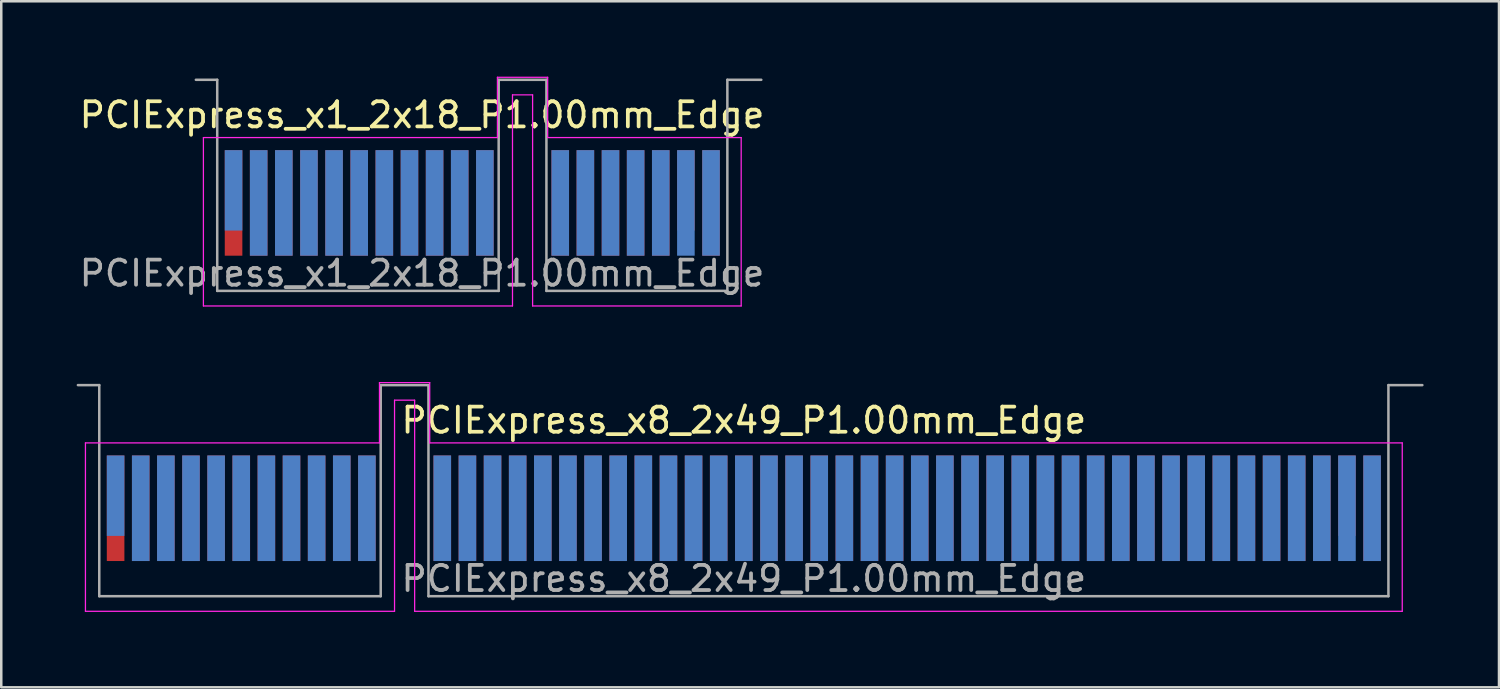
<source format=kicad_pcb>
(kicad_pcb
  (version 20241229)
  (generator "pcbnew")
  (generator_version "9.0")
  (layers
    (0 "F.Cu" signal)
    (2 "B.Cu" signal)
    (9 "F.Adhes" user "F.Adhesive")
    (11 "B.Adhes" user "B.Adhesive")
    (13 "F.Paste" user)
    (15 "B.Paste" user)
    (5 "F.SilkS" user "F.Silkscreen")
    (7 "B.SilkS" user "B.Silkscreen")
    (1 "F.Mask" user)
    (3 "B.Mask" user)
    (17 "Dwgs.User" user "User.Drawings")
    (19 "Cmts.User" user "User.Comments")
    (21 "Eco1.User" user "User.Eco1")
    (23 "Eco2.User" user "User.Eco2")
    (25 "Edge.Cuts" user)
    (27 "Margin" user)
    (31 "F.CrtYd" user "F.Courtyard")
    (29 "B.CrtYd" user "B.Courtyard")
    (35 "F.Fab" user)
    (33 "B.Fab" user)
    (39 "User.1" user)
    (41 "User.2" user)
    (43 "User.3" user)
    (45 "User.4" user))
  (footprint "PCIExpress_x1_2x18_P1.00mm_Edge"
    (layer "F.Cu")
    (at 15.744 5.025)
    (property "Reference" "PCIExpress_x1_2x18_P1.00mm_Edge" (at -2 -3.5 0) (layer "F.SilkS") (effects (font (size 1 1) (thickness 0.15))))
    (attr exclude_from_pos_files exclude_from_bom)
    (fp_line (start -10.7 -2.6) (end -10.7 4.1) (stroke (width 0.05) (type solid)) (layer "F.CrtYd"))
    (fp_line (start -10.7 4.1) (end 1.6 4.1) (stroke (width 0.05) (type solid)) (layer "F.CrtYd"))
    (fp_line (start 1 -5) (end 1 -2.6) (stroke (width 0.05) (type solid)) (layer "F.CrtYd"))
    (fp_line (start 1 -2.6) (end -10.7 -2.6) (stroke (width 0.05) (type solid)) (layer "F.CrtYd"))
    (fp_line (start 1.6 -4.3) (end 2.4 -4.3) (stroke (width 0.05) (type solid)) (layer "F.CrtYd"))
    (fp_line (start 1.6 4.1) (end 1.6 -4.3) (stroke (width 0.05) (type solid)) (layer "F.CrtYd"))
    (fp_line (start 2.4 -4.3) (end 2.4 4.1) (stroke (width 0.05) (type solid)) (layer "F.CrtYd"))
    (fp_line (start 2.4 4.1) (end 10.7 4.1) (stroke (width 0.05) (type solid)) (layer "F.CrtYd"))
    (fp_line (start 3 -5) (end 1 -5) (stroke (width 0.05) (type solid)) (layer "F.CrtYd"))
    (fp_line (start 3 -2.6) (end 3 -5) (stroke (width 0.05) (type solid)) (layer "F.CrtYd"))
    (fp_line (start 10.7 -2.6) (end 3 -2.6) (stroke (width 0.05) (type solid)) (layer "F.CrtYd"))
    (fp_line (start 10.7 4.1) (end 10.7 -2.6) (stroke (width 0.05) (type solid)) (layer "F.CrtYd"))
    (fp_line (start -10.15 -4.9) (end -11 -4.9) (stroke (width 0.1) (type solid)) (layer "F.Fab"))
    (fp_line (start -10.15 -4.9) (end -10.15 3.5) (stroke (width 0.1) (type solid)) (layer "F.Fab"))
    (fp_line (start -10.15 3.5) (end 1.05 3.5) (stroke (width 0.1) (type solid)) (layer "F.Fab"))
    (fp_line (start 1.05 -4.9) (end 1.05 3.5) (stroke (width 0.1) (type solid)) (layer "F.Fab"))
    (fp_line (start 1.05 -4.9) (end 2.95 -4.9) (stroke (width 0.1) (type solid)) (layer "F.Fab"))
    (fp_line (start 2.95 -4.9) (end 2.95 3.5) (stroke (width 0.1) (type solid)) (layer "F.Fab"))
    (fp_line (start 2.95 3.5) (end 10.15 3.5) (stroke (width 0.1) (type solid)) (layer "F.Fab"))
    (fp_line (start 10.15 -4.9) (end 10.15 3.5) (stroke (width 0.1) (type solid)) (layer "F.Fab"))
    (fp_line (start 10.15 -4.9) (end 11.5 -4.9) (stroke (width 0.1) (type solid)) (layer "F.Fab"))
    (fp_text user "${REFERENCE}" (at -2 2.8 0) (layer "F.Fab") (effects (font (size 1 1) (thickness 0.15))))
    (pad "A1" connect rect (at -9.5 -0.5) (size 0.7 3.2) (layers "B.Cu" "B.Mask"))
    (pad "A2" connect rect (at -8.5 0) (size 0.7 4.2) (layers "B.Cu" "B.Mask"))
    (pad "A3" connect rect (at -7.5 0) (size 0.7 4.2) (layers "B.Cu" "B.Mask"))
    (pad "A4" connect rect (at -6.5 0) (size 0.7 4.2) (layers "B.Cu" "B.Mask"))
    (pad "A5" connect rect (at -5.5 0) (size 0.7 4.2) (layers "B.Cu" "B.Mask"))
    (pad "A6" connect rect (at -4.5 0) (size 0.7 4.2) (layers "B.Cu" "B.Mask"))
    (pad "A7" connect rect (at -3.5 0) (size 0.7 4.2) (layers "B.Cu" "B.Mask"))
    (pad "A8" connect rect (at -2.5 0) (size 0.7 4.2) (layers "B.Cu" "B.Mask"))
    (pad "A9" connect rect (at -1.5 0) (size 0.7 4.2) (layers "B.Cu" "B.Mask"))
    (pad "A10" connect rect (at -0.5 0) (size 0.7 4.2) (layers "B.Cu" "B.Mask"))
    (pad "A11" connect rect (at 0.5 0) (size 0.7 4.2) (layers "B.Cu" "B.Mask"))
    (pad "A12" connect rect (at 3.5 0) (size 0.7 4.2) (layers "B.Cu" "B.Mask"))
    (pad "A13" connect rect (at 4.5 0) (size 0.7 4.2) (layers "B.Cu" "B.Mask"))
    (pad "A14" connect rect (at 5.5 0) (size 0.7 4.2) (layers "B.Cu" "B.Mask"))
    (pad "A15" connect rect (at 6.5 0) (size 0.7 4.2) (layers "B.Cu" "B.Mask"))
    (pad "A16" connect rect (at 7.5 0) (size 0.7 4.2) (layers "B.Cu" "B.Mask"))
    (pad "A17" connect rect (at 8.5 0) (size 0.7 4.2) (layers "B.Cu" "B.Mask"))
    (pad "A18" connect rect (at 9.5 0) (size 0.7 4.2) (layers "B.Cu" "B.Mask"))
    (pad "B1" connect rect (at -9.5 0) (size 0.7 4.2) (layers "F.Cu" "F.Mask"))
    (pad "B2" connect rect (at -8.5 0) (size 0.7 4.2) (layers "F.Cu" "F.Mask"))
    (pad "B3" connect rect (at -7.5 0) (size 0.7 4.2) (layers "F.Cu" "F.Mask"))
    (pad "B4" connect rect (at -6.5 0) (size 0.7 4.2) (layers "F.Cu" "F.Mask"))
    (pad "B5" connect rect (at -5.5 0) (size 0.7 4.2) (layers "F.Cu" "F.Mask"))
    (pad "B6" connect rect (at -4.5 0) (size 0.7 4.2) (layers "F.Cu" "F.Mask"))
    (pad "B7" connect rect (at -3.5 0) (size 0.7 4.2) (layers "F.Cu" "F.Mask"))
    (pad "B8" connect rect (at -2.5 0) (size 0.7 4.2) (layers "F.Cu" "F.Mask"))
    (pad "B9" connect rect (at -1.5 0) (size 0.7 4.2) (layers "F.Cu" "F.Mask"))
    (pad "B10" connect rect (at -0.5 0) (size 0.7 4.2) (layers "F.Cu" "F.Mask"))
    (pad "B11" connect rect (at 0.5 0) (size 0.7 4.2) (layers "F.Cu" "F.Mask"))
    (pad "B12" connect rect (at 3.5 0) (size 0.7 4.2) (layers "F.Cu" "F.Mask"))
    (pad "B13" connect rect (at 4.5 0) (size 0.7 4.2) (layers "F.Cu" "F.Mask"))
    (pad "B14" connect rect (at 5.5 0) (size 0.7 4.2) (layers "F.Cu" "F.Mask"))
    (pad "B15" connect rect (at 6.5 0) (size 0.7 4.2) (layers "F.Cu" "F.Mask"))
    (pad "B16" connect rect (at 7.5 0) (size 0.7 4.2) (layers "F.Cu" "F.Mask"))
    (pad "B17" connect rect (at 8.5 -0.5) (size 0.7 3.2) (layers "F.Cu" "F.Mask"))
    (pad "B18" connect rect (at 9.5 0) (size 0.7 4.2) (layers "F.Cu" "F.Mask")))
  (footprint "PCIExpress_x8_2x49_P1.00mm_Edge"
    (layer "F.Cu")
    (at 26.55 17.175)
    (property "Reference" "PCIExpress_x8_2x49_P1.00mm_Edge" (at 0 -3.5 0) (layer "F.SilkS") (effects (font (size 1 1) (thickness 0.15))))
    (attr exclude_from_pos_files exclude_from_bom)
    (fp_line (start -26.2 -2.6) (end -26.2 4.1) (stroke (width 0.05) (type solid)) (layer "F.CrtYd"))
    (fp_line (start -26.2 4.1) (end -13.9 4.1) (stroke (width 0.05) (type solid)) (layer "F.CrtYd"))
    (fp_line (start -14.5 -5) (end -14.5 -2.6) (stroke (width 0.05) (type solid)) (layer "F.CrtYd"))
    (fp_line (start -14.5 -2.6) (end -26.2 -2.6) (stroke (width 0.05) (type solid)) (layer "F.CrtYd"))
    (fp_line (start -13.9 -4.3) (end -13.1 -4.3) (stroke (width 0.05) (type solid)) (layer "F.CrtYd"))
    (fp_line (start -13.9 4.1) (end -13.9 -4.3) (stroke (width 0.05) (type solid)) (layer "F.CrtYd"))
    (fp_line (start -13.1 -4.3) (end -13.1 4.1) (stroke (width 0.05) (type solid)) (layer "F.CrtYd"))
    (fp_line (start -13.1 4.1) (end 26.2 4.1) (stroke (width 0.05) (type solid)) (layer "F.CrtYd"))
    (fp_line (start -12.5 -5) (end -14.5 -5) (stroke (width 0.05) (type solid)) (layer "F.CrtYd"))
    (fp_line (start -12.5 -2.6) (end -12.5 -5) (stroke (width 0.05) (type solid)) (layer "F.CrtYd"))
    (fp_line (start 26.2 -2.6) (end -12.5 -2.6) (stroke (width 0.05) (type solid)) (layer "F.CrtYd"))
    (fp_line (start 26.2 4.1) (end 26.2 -2.6) (stroke (width 0.05) (type solid)) (layer "F.CrtYd"))
    (fp_line (start -25.65 -4.9) (end -26.5 -4.9) (stroke (width 0.1) (type solid)) (layer "F.Fab"))
    (fp_line (start -25.65 -4.9) (end -25.65 3.5) (stroke (width 0.1) (type solid)) (layer "F.Fab"))
    (fp_line (start -25.65 3.5) (end -14.45 3.5) (stroke (width 0.1) (type solid)) (layer "F.Fab"))
    (fp_line (start -14.45 -4.9) (end -14.45 3.5) (stroke (width 0.1) (type solid)) (layer "F.Fab"))
    (fp_line (start -14.45 -4.9) (end -12.55 -4.9) (stroke (width 0.1) (type solid)) (layer "F.Fab"))
    (fp_line (start -12.55 -4.9) (end -12.55 3.5) (stroke (width 0.1) (type solid)) (layer "F.Fab"))
    (fp_line (start -12.55 3.5) (end 25.65 3.5) (stroke (width 0.1) (type solid)) (layer "F.Fab"))
    (fp_line (start 25.65 -4.9) (end 25.65 3.5) (stroke (width 0.1) (type solid)) (layer "F.Fab"))
    (fp_line (start 25.65 -4.9) (end 27 -4.9) (stroke (width 0.1) (type solid)) (layer "F.Fab"))
    (fp_text user "${REFERENCE}" (at 0 2.8 0) (layer "F.Fab") (effects (font (size 1 1) (thickness 0.15))))
    (pad "A1" connect rect (at -25 -0.5) (size 0.7 3.2) (layers "B.Cu" "B.Mask"))
    (pad "A2" connect rect (at -24 0) (size 0.7 4.2) (layers "B.Cu" "B.Mask"))
    (pad "A3" connect rect (at -23 0) (size 0.7 4.2) (layers "B.Cu" "B.Mask"))
    (pad "A4" connect rect (at -22 0) (size 0.7 4.2) (layers "B.Cu" "B.Mask"))
    (pad "A5" connect rect (at -21 0) (size 0.7 4.2) (layers "B.Cu" "B.Mask"))
    (pad "A6" connect rect (at -20 0) (size 0.7 4.2) (layers "B.Cu" "B.Mask"))
    (pad "A7" connect rect (at -19 0) (size 0.7 4.2) (layers "B.Cu" "B.Mask"))
    (pad "A8" connect rect (at -18 0) (size 0.7 4.2) (layers "B.Cu" "B.Mask"))
    (pad "A9" connect rect (at -17 0) (size 0.7 4.2) (layers "B.Cu" "B.Mask"))
    (pad "A10" connect rect (at -16 0) (size 0.7 4.2) (layers "B.Cu" "B.Mask"))
    (pad "A11" connect rect (at -15 0) (size 0.7 4.2) (layers "B.Cu" "B.Mask"))
    (pad "A12" connect rect (at -12 0) (size 0.7 4.2) (layers "B.Cu" "B.Mask"))
    (pad "A13" connect rect (at -11 0) (size 0.7 4.2) (layers "B.Cu" "B.Mask"))
    (pad "A14" connect rect (at -10 0) (size 0.7 4.2) (layers "B.Cu" "B.Mask"))
    (pad "A15" connect rect (at -9 0) (size 0.7 4.2) (layers "B.Cu" "B.Mask"))
    (pad "A16" connect rect (at -8 0) (size 0.7 4.2) (layers "B.Cu" "B.Mask"))
    (pad "A17" connect rect (at -7 0) (size 0.7 4.2) (layers "B.Cu" "B.Mask"))
    (pad "A18" connect rect (at -6 0) (size 0.7 4.2) (layers "B.Cu" "B.Mask"))
    (pad "A19" connect rect (at -5 0) (size 0.7 4.2) (layers "B.Cu" "B.Mask"))
    (pad "A20" connect rect (at -4 0) (size 0.7 4.2) (layers "B.Cu" "B.Mask"))
    (pad "A21" connect rect (at -3 0) (size 0.7 4.2) (layers "B.Cu" "B.Mask"))
    (pad "A22" connect rect (at -2 0) (size 0.7 4.2) (layers "B.Cu" "B.Mask"))
    (pad "A23" connect rect (at -1 0) (size 0.7 4.2) (layers "B.Cu" "B.Mask"))
    (pad "A24" connect rect (at 0 0) (size 0.7 4.2) (layers "B.Cu" "B.Mask"))
    (pad "A25" connect rect (at 1 0) (size 0.7 4.2) (layers "B.Cu" "B.Mask"))
    (pad "A26" connect rect (at 2 0) (size 0.7 4.2) (layers "B.Cu" "B.Mask"))
    (pad "A27" connect rect (at 3 0) (size 0.7 4.2) (layers "B.Cu" "B.Mask"))
    (pad "A28" connect rect (at 4 0) (size 0.7 4.2) (layers "B.Cu" "B.Mask"))
    (pad "A29" connect rect (at 5 0) (size 0.7 4.2) (layers "B.Cu" "B.Mask"))
    (pad "A30" connect rect (at 6 0) (size 0.7 4.2) (layers "B.Cu" "B.Mask"))
    (pad "A31" connect rect (at 7 0) (size 0.7 4.2) (layers "B.Cu" "B.Mask"))
    (pad "A32" connect rect (at 8 0) (size 0.7 4.2) (layers "B.Cu" "B.Mask"))
    (pad "A33" connect rect (at 9 0) (size 0.7 4.2) (layers "B.Cu" "B.Mask"))
    (pad "A34" connect rect (at 10 0) (size 0.7 4.2) (layers "B.Cu" "B.Mask"))
    (pad "A35" connect rect (at 11 0) (size 0.7 4.2) (layers "B.Cu" "B.Mask"))
    (pad "A36" connect rect (at 12 0) (size 0.7 4.2) (layers "B.Cu" "B.Mask"))
    (pad "A37" connect rect (at 13 0) (size 0.7 4.2) (layers "B.Cu" "B.Mask"))
    (pad "A38" connect rect (at 14 0) (size 0.7 4.2) (layers "B.Cu" "B.Mask"))
    (pad "A39" connect rect (at 15 0) (size 0.7 4.2) (layers "B.Cu" "B.Mask"))
    (pad "A40" connect rect (at 16 0) (size 0.7 4.2) (layers "B.Cu" "B.Mask"))
    (pad "A41" connect rect (at 17 0) (size 0.7 4.2) (layers "B.Cu" "B.Mask"))
    (pad "A42" connect rect (at 18 0) (size 0.7 4.2) (layers "B.Cu" "B.Mask"))
    (pad "A43" connect rect (at 19 0) (size 0.7 4.2) (layers "B.Cu" "B.Mask"))
    (pad "A44" connect rect (at 20 0) (size 0.7 4.2) (layers "B.Cu" "B.Mask"))
    (pad "A45" connect rect (at 21 0) (size 0.7 4.2) (layers "B.Cu" "B.Mask"))
    (pad "A46" connect rect (at 22 0) (size 0.7 4.2) (layers "B.Cu" "B.Mask"))
    (pad "A47" connect rect (at 23 0) (size 0.7 4.2) (layers "B.Cu" "B.Mask"))
    (pad "A48" connect rect (at 24 0) (size 0.7 4.2) (layers "B.Cu" "B.Mask"))
    (pad "A49" connect rect (at 25 0) (size 0.7 4.2) (layers "B.Cu" "B.Mask"))
    (pad "B1" connect rect (at -25 0) (size 0.7 4.2) (layers "F.Cu" "F.Mask"))
    (pad "B2" connect rect (at -24 0) (size 0.7 4.2) (layers "F.Cu" "F.Mask"))
    (pad "B3" connect rect (at -23 0) (size 0.7 4.2) (layers "F.Cu" "F.Mask"))
    (pad "B4" connect rect (at -22 0) (size 0.7 4.2) (layers "F.Cu" "F.Mask"))
    (pad "B5" connect rect (at -21 0) (size 0.7 4.2) (layers "F.Cu" "F.Mask"))
    (pad "B6" connect rect (at -20 0) (size 0.7 4.2) (layers "F.Cu" "F.Mask"))
    (pad "B7" connect rect (at -19 0) (size 0.7 4.2) (layers "F.Cu" "F.Mask"))
    (pad "B8" connect rect (at -18 0) (size 0.7 4.2) (layers "F.Cu" "F.Mask"))
    (pad "B9" connect rect (at -17 0) (size 0.7 4.2) (layers "F.Cu" "F.Mask"))
    (pad "B10" connect rect (at -16 0) (size 0.7 4.2) (layers "F.Cu" "F.Mask"))
    (pad "B11" connect rect (at -15 0) (size 0.7 4.2) (layers "F.Cu" "F.Mask"))
    (pad "B12" connect rect (at -12 0) (size 0.7 4.2) (layers "F.Cu" "F.Mask"))
    (pad "B13" connect rect (at -11 0) (size 0.7 4.2) (layers "F.Cu" "F.Mask"))
    (pad "B14" connect rect (at -10 0) (size 0.7 4.2) (layers "F.Cu" "F.Mask"))
    (pad "B15" connect rect (at -9 0) (size 0.7 4.2) (layers "F.Cu" "F.Mask"))
    (pad "B16" connect rect (at -8 0) (size 0.7 4.2) (layers "F.Cu" "F.Mask"))
    (pad "B17" connect rect (at -7 0) (size 0.7 4.2) (layers "F.Cu" "F.Mask"))
    (pad "B18" connect rect (at -6 0) (size 0.7 4.2) (layers "F.Cu" "F.Mask"))
    (pad "B19" connect rect (at -5 0) (size 0.7 4.2) (layers "F.Cu" "F.Mask"))
    (pad "B20" connect rect (at -4 0) (size 0.7 4.2) (layers "F.Cu" "F.Mask"))
    (pad "B21" connect rect (at -3 0) (size 0.7 4.2) (layers "F.Cu" "F.Mask"))
    (pad "B22" connect rect (at -2 0) (size 0.7 4.2) (layers "F.Cu" "F.Mask"))
    (pad "B23" connect rect (at -1 0) (size 0.7 4.2) (layers "F.Cu" "F.Mask"))
    (pad "B24" connect rect (at 0 0) (size 0.7 4.2) (layers "F.Cu" "F.Mask"))
    (pad "B25" connect rect (at 1 0) (size 0.7 4.2) (layers "F.Cu" "F.Mask"))
    (pad "B26" connect rect (at 2 0) (size 0.7 4.2) (layers "F.Cu" "F.Mask"))
    (pad "B27" connect rect (at 3 0) (size 0.7 4.2) (layers "F.Cu" "F.Mask"))
    (pad "B28" connect rect (at 4 0) (size 0.7 4.2) (layers "F.Cu" "F.Mask"))
    (pad "B29" connect rect (at 5 0) (size 0.7 4.2) (layers "F.Cu" "F.Mask"))
    (pad "B30" connect rect (at 6 0) (size 0.7 4.2) (layers "F.Cu" "F.Mask"))
    (pad "B31" connect rect (at 7 0) (size 0.7 4.2) (layers "F.Cu" "F.Mask"))
    (pad "B32" connect rect (at 8 0) (size 0.7 4.2) (layers "F.Cu" "F.Mask"))
    (pad "B33" connect rect (at 9 0) (size 0.7 4.2) (layers "F.Cu" "F.Mask"))
    (pad "B34" connect rect (at 10 0) (size 0.7 4.2) (layers "F.Cu" "F.Mask"))
    (pad "B35" connect rect (at 11 0) (size 0.7 4.2) (layers "F.Cu" "F.Mask"))
    (pad "B36" connect rect (at 12 0) (size 0.7 4.2) (layers "F.Cu" "F.Mask"))
    (pad "B37" connect rect (at 13 0) (size 0.7 4.2) (layers "F.Cu" "F.Mask"))
    (pad "B38" connect rect (at 14 0) (size 0.7 4.2) (layers "F.Cu" "F.Mask"))
    (pad "B39" connect rect (at 15 0) (size 0.7 4.2) (layers "F.Cu" "F.Mask"))
    (pad "B40" connect rect (at 16 0) (size 0.7 4.2) (layers "F.Cu" "F.Mask"))
    (pad "B41" connect rect (at 17 0) (size 0.7 4.2) (layers "F.Cu" "F.Mask"))
    (pad "B42" connect rect (at 18 0) (size 0.7 4.2) (layers "F.Cu" "F.Mask"))
    (pad "B43" connect rect (at 19 0) (size 0.7 4.2) (layers "F.Cu" "F.Mask"))
    (pad "B44" connect rect (at 20 0) (size 0.7 4.2) (layers "F.Cu" "F.Mask"))
    (pad "B45" connect rect (at 21 0) (size 0.7 4.2) (layers "F.Cu" "F.Mask"))
    (pad "B46" connect rect (at 22 0) (size 0.7 4.2) (layers "F.Cu" "F.Mask"))
    (pad "B47" connect rect (at 23 0) (size 0.7 4.2) (layers "F.Cu" "F.Mask"))
    (pad "B48" connect rect (at 24 -0.5) (size 0.7 3.2) (layers "F.Cu" "F.Mask"))
    (pad "B49" connect rect (at 25 0) (size 0.7 4.2) (layers "F.Cu" "F.Mask")))
  (gr_rect
    (start -3 -3)
    (end 56.6 24.3)
    (stroke (width 0.1) (type default))
    (fill no)
    (layer "Edge.Cuts")))
</source>
